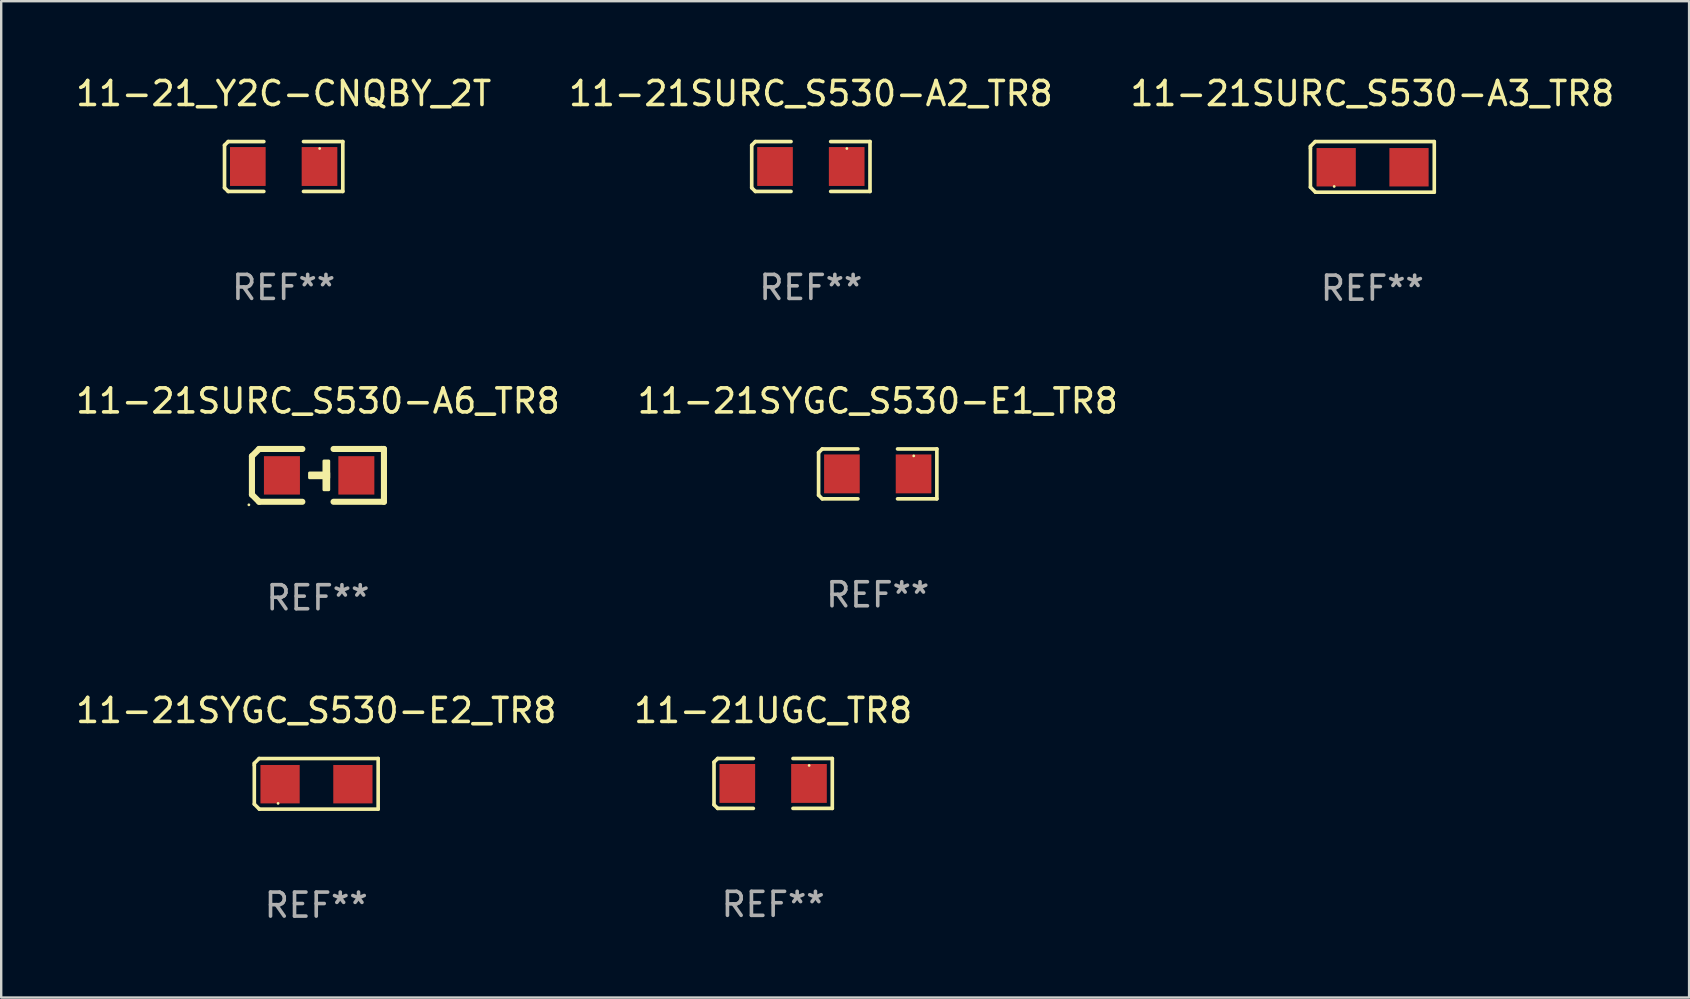
<source format=kicad_pcb>
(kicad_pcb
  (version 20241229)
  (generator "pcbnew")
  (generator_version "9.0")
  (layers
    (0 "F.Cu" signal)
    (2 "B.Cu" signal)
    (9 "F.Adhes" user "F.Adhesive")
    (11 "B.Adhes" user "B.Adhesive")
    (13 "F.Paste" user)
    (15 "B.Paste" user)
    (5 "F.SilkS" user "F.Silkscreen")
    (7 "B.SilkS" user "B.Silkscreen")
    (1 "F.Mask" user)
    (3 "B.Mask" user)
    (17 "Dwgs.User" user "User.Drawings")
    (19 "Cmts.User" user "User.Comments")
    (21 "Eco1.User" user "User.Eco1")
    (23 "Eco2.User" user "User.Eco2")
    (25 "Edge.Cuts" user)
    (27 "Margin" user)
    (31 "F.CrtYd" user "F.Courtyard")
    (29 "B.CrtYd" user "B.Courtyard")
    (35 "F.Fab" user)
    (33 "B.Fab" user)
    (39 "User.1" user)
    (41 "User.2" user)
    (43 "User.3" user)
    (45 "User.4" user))
  (footprint "11-21SURC_S530-A3_TR8"
    (layer "F.Cu")
    (at 54.125 3.903)
    (property "Reference" "11-21SURC_S530-A3_TR8" (at 0 -3.055 0) (layer "F.SilkS") (effects (font (size 1 1) (thickness 0.15))))
    (attr through_hole)
    (fp_line (start -2.58 -0.855) (end -2.38 -1.055) (stroke (width 0.15) (type solid)) (layer "F.SilkS"))
    (fp_line (start -2.58 -0.775) (end -2.58 -0.855) (stroke (width 0.15) (type solid)) (layer "F.SilkS"))
    (fp_line (start -2.58 -0.775) (end -2.58 0.845) (stroke (width 0.15) (type solid)) (layer "F.SilkS"))
    (fp_line (start -2.58 0.845) (end -2.37 1.055) (stroke (width 0.15) (type solid)) (layer "F.SilkS"))
    (fp_line (start -2.38 -1.055) (end 2.58 -1.055) (stroke (width 0.15) (type solid)) (layer "F.SilkS"))
    (fp_line (start 2.58 -1.055) (end 2.58 1.055) (stroke (width 0.15) (type solid)) (layer "F.SilkS"))
    (fp_line (start 2.58 1.055) (end -2.37 1.055) (stroke (width 0.15) (type solid)) (layer "F.SilkS"))
    (fp_circle (center -1.59 0.815) (end -1.56 0.815) (stroke (width 0.06) (type solid)) (fill no) (layer "F.SilkS"))
    (fp_text user "REF**" (at 0 5.055 0) (layer "F.Fab") (effects (font (size 1 1) (thickness 0.15))))
    (pad "1" smd rect (at -1.507 0.015) (size 1.635 1.6) (layers "F.Cu" "F.Mask" "F.Paste"))
    (pad "2" smd rect (at 1.527 0.015) (size 1.635 1.6) (layers "F.Cu" "F.Mask" "F.Paste")))
  (footprint "11-21SURC_S530-A2_TR8"
    (layer "F.Cu")
    (at 30.732 3.887)
    (property "Reference" "11-21SURC_S530-A2_TR8" (at 0 -3.039 0) (layer "F.SilkS") (effects (font (size 1 1) (thickness 0.15))))
    (attr through_hole)
    (fp_line (start -2.464 -0.886) (end -2.311 -1.039) (stroke (width 0.152) (type solid)) (layer "F.SilkS"))
    (fp_line (start -2.464 0.886) (end -2.464 -0.886) (stroke (width 0.152) (type solid)) (layer "F.SilkS"))
    (fp_line (start -2.311 -1.039) (end -0.826 -1.039) (stroke (width 0.152) (type solid)) (layer "F.SilkS"))
    (fp_line (start -2.311 1.039) (end -2.464 0.886) (stroke (width 0.152) (type solid)) (layer "F.SilkS"))
    (fp_line (start -0.826 1.039) (end -2.311 1.039) (stroke (width 0.152) (type solid)) (layer "F.SilkS"))
    (fp_line (start 0.826 1.039) (end 2.464 1.039) (stroke (width 0.152) (type solid)) (layer "F.SilkS"))
    (fp_line (start 2.464 -1.039) (end 0.826 -1.039) (stroke (width 0.152) (type solid)) (layer "F.SilkS"))
    (fp_line (start 2.464 1.039) (end 2.464 -1.039) (stroke (width 0.152) (type solid)) (layer "F.SilkS"))
    (fp_circle (center 1.5 -0.75) (end 1.53 -0.75) (stroke (width 0.06) (type solid)) (fill no) (layer "F.SilkS"))
    (fp_text user "REF**" (at 0 5.039 0) (layer "F.Fab") (effects (font (size 1 1) (thickness 0.15))))
    (pad "1" smd rect (at 1.493 0) (size 1.485 1.62) (layers "F.Cu" "F.Mask" "F.Paste"))
    (pad "2" smd rect (at -1.493 0) (size 1.485 1.62) (layers "F.Cu" "F.Mask" "F.Paste")))
  (footprint "11-21_Y2C-CNQBY_2T"
    (layer "F.Cu")
    (at 8.768 3.887)
    (property "Reference" "11-21_Y2C-CNQBY_2T" (at 0 -3.039 0) (layer "F.SilkS") (effects (font (size 1 1) (thickness 0.15))))
    (attr through_hole)
    (fp_line (start -2.464 -0.886) (end -2.311 -1.039) (stroke (width 0.152) (type solid)) (layer "F.SilkS"))
    (fp_line (start -2.464 0.886) (end -2.464 -0.886) (stroke (width 0.152) (type solid)) (layer "F.SilkS"))
    (fp_line (start -2.311 -1.039) (end -0.826 -1.039) (stroke (width 0.152) (type solid)) (layer "F.SilkS"))
    (fp_line (start -2.311 1.039) (end -2.464 0.886) (stroke (width 0.152) (type solid)) (layer "F.SilkS"))
    (fp_line (start -0.826 1.039) (end -2.311 1.039) (stroke (width 0.152) (type solid)) (layer "F.SilkS"))
    (fp_line (start 0.826 1.039) (end 2.464 1.039) (stroke (width 0.152) (type solid)) (layer "F.SilkS"))
    (fp_line (start 2.464 -1.039) (end 0.826 -1.039) (stroke (width 0.152) (type solid)) (layer "F.SilkS"))
    (fp_line (start 2.464 1.039) (end 2.464 -1.039) (stroke (width 0.152) (type solid)) (layer "F.SilkS"))
    (fp_circle (center 1.5 -0.75) (end 1.53 -0.75) (stroke (width 0.06) (type solid)) (fill no) (layer "F.SilkS"))
    (fp_text user "REF**" (at 0 5.039 0) (layer "F.Fab") (effects (font (size 1 1) (thickness 0.15))))
    (pad "1" smd rect (at 1.493 0) (size 1.485 1.62) (layers "F.Cu" "F.Mask" "F.Paste"))
    (pad "2" smd rect (at -1.493 0) (size 1.485 1.62) (layers "F.Cu" "F.Mask" "F.Paste")))
  (footprint "11-21SURC_S530-A6_TR8"
    (layer "F.Cu")
    (at 10.196 16.755)
    (property "Reference" "11-21SURC_S530-A6_TR8" (at 0 -3.1 0) (layer "F.SilkS") (effects (font (size 1 1) (thickness 0.15))))
    (attr through_hole)
    (fp_line (start -2.75 -0.8) (end -2.75 0.8) (stroke (width 0.254) (type solid)) (layer "F.SilkS"))
    (fp_line (start -2.75 0.8) (end -2.45 1.1) (stroke (width 0.254) (type solid)) (layer "F.SilkS"))
    (fp_line (start -2.45 -1.1) (end -2.75 -0.8) (stroke (width 0.254) (type solid)) (layer "F.SilkS"))
    (fp_line (start -2.45 1.1) (end -0.65 1.1) (stroke (width 0.254) (type solid)) (layer "F.SilkS"))
    (fp_line (start -0.65 -1.1) (end -2.45 -1.1) (stroke (width 0.254) (type solid)) (layer "F.SilkS"))
    (fp_line (start 0.65 -1.1) (end 2.65 -1.1) (stroke (width 0.254) (type solid)) (layer "F.SilkS"))
    (fp_line (start 2.65 -1.1) (end 2.75 -1.1) (stroke (width 0.254) (type solid)) (layer "F.SilkS"))
    (fp_line (start 2.75 -1.1) (end 2.75 1.1) (stroke (width 0.254) (type solid)) (layer "F.SilkS"))
    (fp_line (start 2.75 1.1) (end 0.65 1.1) (stroke (width 0.254) (type solid)) (layer "F.SilkS"))
    (fp_circle (center -2.877 1.227) (end -2.847 1.227) (stroke (width 0.06) (type solid)) (fill no) (layer "F.SilkS"))
    (fp_poly (pts (xy -0.35 -0.1) (xy 0.45 -0.1) (xy 0.45 0.1) (xy -0.35 0.1)) (stroke (width 0.12) (type solid)) (fill yes) (layer "F.SilkS"))
    (fp_poly (pts (xy 0.25 -0.6) (xy 0.45 -0.6) (xy 0.45 0.6) (xy 0.25 0.6)) (stroke (width 0.12) (type solid)) (fill yes) (layer "F.SilkS"))
    (fp_text user "REF**" (at 0 5.1 0) (layer "F.Fab") (effects (font (size 1 1) (thickness 0.15))))
    (pad "1" smd rect (at -1.5 -0.000102 270) (size 1.6 1.5) (layers "F.Cu" "F.Mask" "F.Paste"))
    (pad "2" smd rect (at 1.6 -0.000102 270) (size 1.6 1.5) (layers "F.Cu" "F.Mask" "F.Paste")))
  (footprint "11-21UGC_TR8"
    (layer "F.Cu")
    (at 29.161 29.59)
    (property "Reference" "11-21UGC_TR8" (at 0 -3.039 0) (layer "F.SilkS") (effects (font (size 1 1) (thickness 0.15))))
    (attr through_hole)
    (fp_line (start -2.464 -0.886) (end -2.311 -1.039) (stroke (width 0.152) (type solid)) (layer "F.SilkS"))
    (fp_line (start -2.464 0.886) (end -2.464 -0.886) (stroke (width 0.152) (type solid)) (layer "F.SilkS"))
    (fp_line (start -2.311 -1.039) (end -0.826 -1.039) (stroke (width 0.152) (type solid)) (layer "F.SilkS"))
    (fp_line (start -2.311 1.039) (end -2.464 0.886) (stroke (width 0.152) (type solid)) (layer "F.SilkS"))
    (fp_line (start -0.826 1.039) (end -2.311 1.039) (stroke (width 0.152) (type solid)) (layer "F.SilkS"))
    (fp_line (start 0.826 1.039) (end 2.464 1.039) (stroke (width 0.152) (type solid)) (layer "F.SilkS"))
    (fp_line (start 2.464 -1.039) (end 0.826 -1.039) (stroke (width 0.152) (type solid)) (layer "F.SilkS"))
    (fp_line (start 2.464 1.039) (end 2.464 -1.039) (stroke (width 0.152) (type solid)) (layer "F.SilkS"))
    (fp_circle (center 1.5 -0.75) (end 1.53 -0.75) (stroke (width 0.06) (type solid)) (fill no) (layer "F.SilkS"))
    (fp_text user "REF**" (at 0 5.039 0) (layer "F.Fab") (effects (font (size 1 1) (thickness 0.15))))
    (pad "1" smd rect (at 1.493 0) (size 1.485 1.62) (layers "F.Cu" "F.Mask" "F.Paste"))
    (pad "2" smd rect (at -1.493 0) (size 1.485 1.62) (layers "F.Cu" "F.Mask" "F.Paste")))
  (footprint "11-21SYGC_S530-E2_TR8"
    (layer "F.Cu")
    (at 10.125 29.606)
    (property "Reference" "11-21SYGC_S530-E2_TR8" (at 0 -3.055 0) (layer "F.SilkS") (effects (font (size 1 1) (thickness 0.15))))
    (attr through_hole)
    (fp_line (start -2.58 -0.855) (end -2.38 -1.055) (stroke (width 0.15) (type solid)) (layer "F.SilkS"))
    (fp_line (start -2.58 -0.775) (end -2.58 -0.855) (stroke (width 0.15) (type solid)) (layer "F.SilkS"))
    (fp_line (start -2.58 -0.775) (end -2.58 0.845) (stroke (width 0.15) (type solid)) (layer "F.SilkS"))
    (fp_line (start -2.58 0.845) (end -2.37 1.055) (stroke (width 0.15) (type solid)) (layer "F.SilkS"))
    (fp_line (start -2.38 -1.055) (end 2.58 -1.055) (stroke (width 0.15) (type solid)) (layer "F.SilkS"))
    (fp_line (start 2.58 -1.055) (end 2.58 1.055) (stroke (width 0.15) (type solid)) (layer "F.SilkS"))
    (fp_line (start 2.58 1.055) (end -2.37 1.055) (stroke (width 0.15) (type solid)) (layer "F.SilkS"))
    (fp_circle (center -1.59 0.815) (end -1.56 0.815) (stroke (width 0.06) (type solid)) (fill no) (layer "F.SilkS"))
    (fp_text user "REF**" (at 0 5.055 0) (layer "F.Fab") (effects (font (size 1 1) (thickness 0.15))))
    (pad "1" smd rect (at -1.507 0.015) (size 1.635 1.6) (layers "F.Cu" "F.Mask" "F.Paste"))
    (pad "2" smd rect (at 1.527 0.015) (size 1.635 1.6) (layers "F.Cu" "F.Mask" "F.Paste")))
  (footprint "11-21SYGC_S530-E1_TR8"
    (layer "F.Cu")
    (at 33.518 16.693)
    (property "Reference" "11-21SYGC_S530-E1_TR8" (at 0 -3.039 0) (layer "F.SilkS") (effects (font (size 1 1) (thickness 0.15))))
    (attr through_hole)
    (fp_line (start -2.464 -0.886) (end -2.311 -1.039) (stroke (width 0.152) (type solid)) (layer "F.SilkS"))
    (fp_line (start -2.464 0.886) (end -2.464 -0.886) (stroke (width 0.152) (type solid)) (layer "F.SilkS"))
    (fp_line (start -2.311 -1.039) (end -0.826 -1.039) (stroke (width 0.152) (type solid)) (layer "F.SilkS"))
    (fp_line (start -2.311 1.039) (end -2.464 0.886) (stroke (width 0.152) (type solid)) (layer "F.SilkS"))
    (fp_line (start -0.826 1.039) (end -2.311 1.039) (stroke (width 0.152) (type solid)) (layer "F.SilkS"))
    (fp_line (start 0.826 1.039) (end 2.464 1.039) (stroke (width 0.152) (type solid)) (layer "F.SilkS"))
    (fp_line (start 2.464 -1.039) (end 0.826 -1.039) (stroke (width 0.152) (type solid)) (layer "F.SilkS"))
    (fp_line (start 2.464 1.039) (end 2.464 -1.039) (stroke (width 0.152) (type solid)) (layer "F.SilkS"))
    (fp_circle (center 1.5 -0.75) (end 1.53 -0.75) (stroke (width 0.06) (type solid)) (fill no) (layer "F.SilkS"))
    (fp_text user "REF**" (at 0 5.039 0) (layer "F.Fab") (effects (font (size 1 1) (thickness 0.15))))
    (pad "1" smd rect (at 1.493 0.000051) (size 1.485 1.62) (layers "F.Cu" "F.Mask" "F.Paste"))
    (pad "2" smd rect (at -1.492 0.000051) (size 1.485 1.62) (layers "F.Cu" "F.Mask" "F.Paste")))
  (gr_rect
    (start -3 -3)
    (end 67.321 38.51)
    (stroke (width 0.1) (type default))
    (fill no)
    (layer "Edge.Cuts")))
</source>
